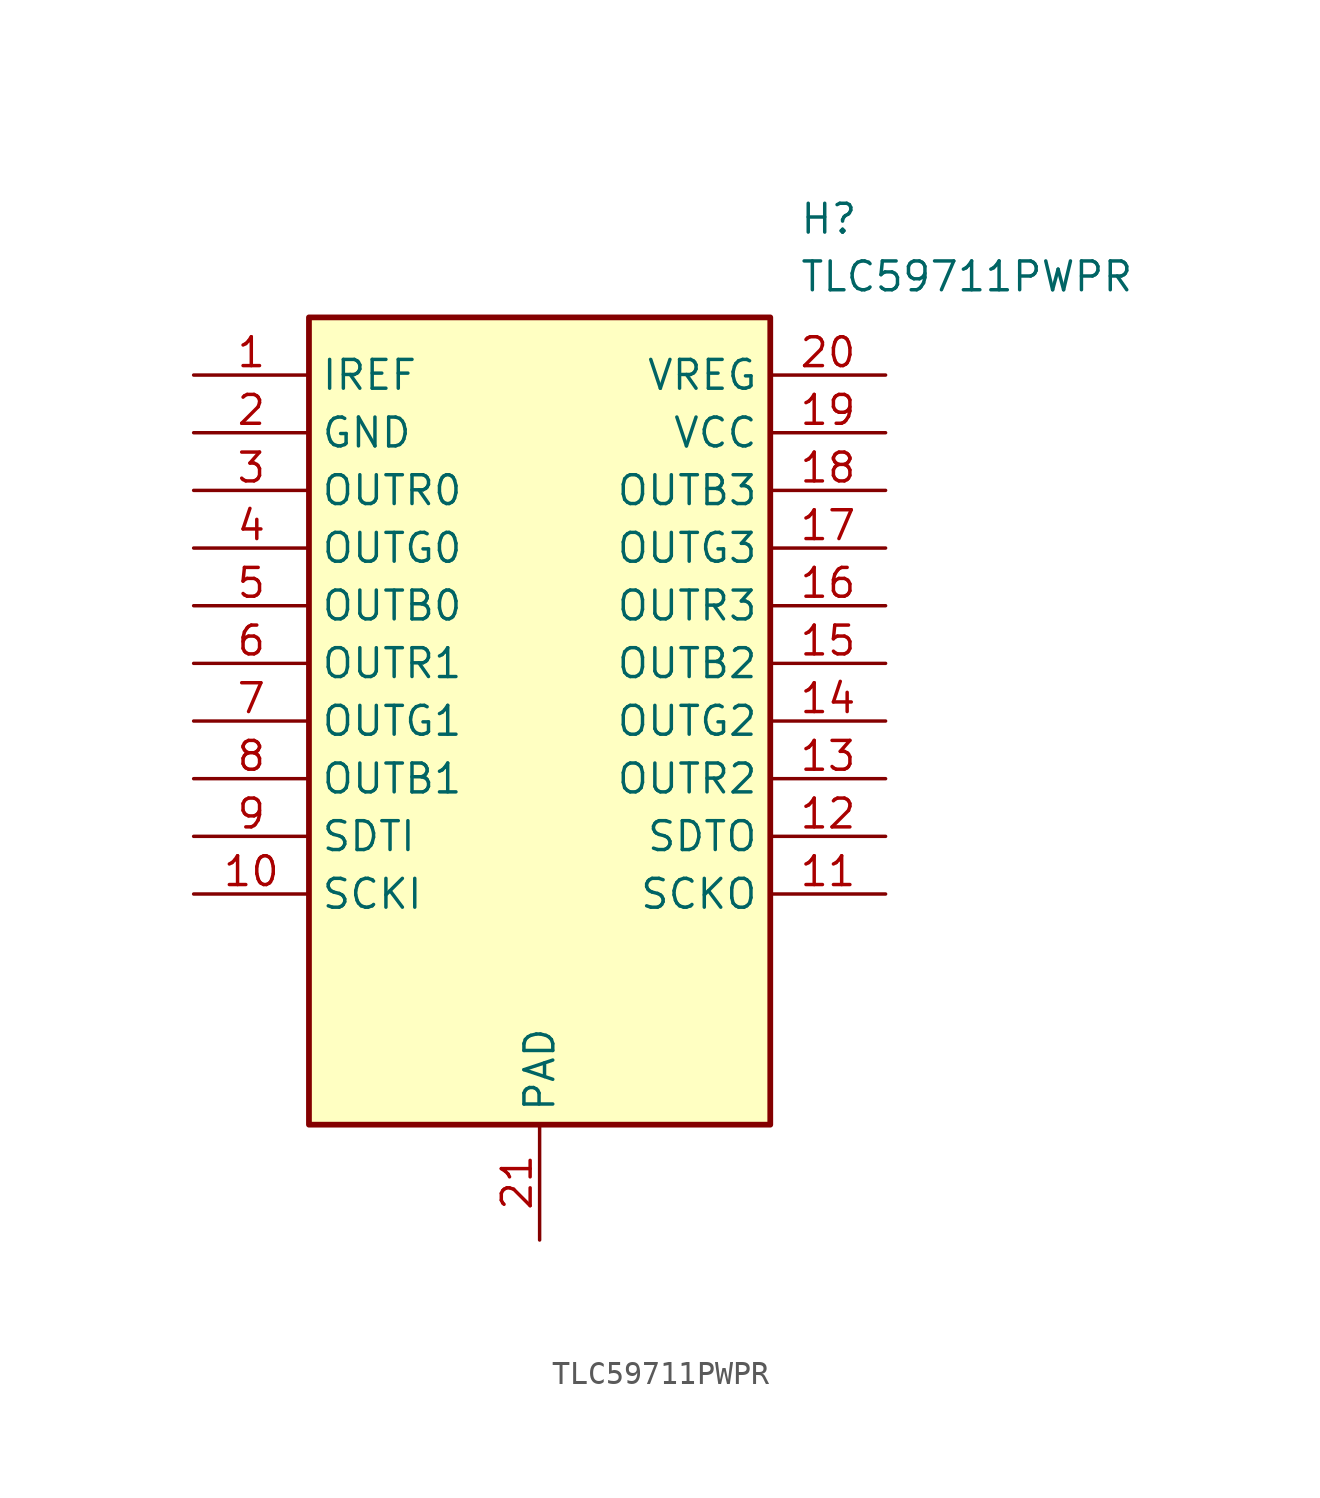
<source format=kicad_sym>
(kicad_symbol_lib
  (version 20211014)
  (generator SamacSys_ECAD_Model)
  (symbol "TLC59711PWPR"
    (property "Reference" "H"
      (at 26.67 7.62 0)
      (effects (font (size 1.27 1.27)) (justify left top)))
    (property "Value" "TLC59711PWPR"
      (at 26.67 5.08 0)
      (effects (font (size 1.27 1.27)) (justify left top)))
    (rectangle
      (start 5.08 2.54)
      (end 25.4 -33.02)
      (stroke (width 0.254) (type default))
      (fill (type background)))
    (pin bidirectional line
      (at 0 0 0)
      (length 5.08)
      (name "IREF" (effects (font (size 1.27 1.27))))
      (number "1" (effects (font (size 1.27 1.27)))))
    (pin power_in line
      (at 0 -2.54 0)
      (length 5.08)
      (name "GND" (effects (font (size 1.27 1.27))))
      (number "2" (effects (font (size 1.27 1.27)))))
    (pin output line
      (at 0 -5.08 0)
      (length 5.08)
      (name "OUTR0" (effects (font (size 1.27 1.27))))
      (number "3" (effects (font (size 1.27 1.27)))))
    (pin output line
      (at 0 -7.62 0)
      (length 5.08)
      (name "OUTG0" (effects (font (size 1.27 1.27))))
      (number "4" (effects (font (size 1.27 1.27)))))
    (pin output line
      (at 0 -10.16 0)
      (length 5.08)
      (name "OUTB0" (effects (font (size 1.27 1.27))))
      (number "5" (effects (font (size 1.27 1.27)))))
    (pin output line
      (at 0 -12.7 0)
      (length 5.08)
      (name "OUTR1" (effects (font (size 1.27 1.27))))
      (number "6" (effects (font (size 1.27 1.27)))))
    (pin output line
      (at 0 -15.24 0)
      (length 5.08)
      (name "OUTG1" (effects (font (size 1.27 1.27))))
      (number "7" (effects (font (size 1.27 1.27)))))
    (pin output line
      (at 0 -17.78 0)
      (length 5.08)
      (name "OUTB1" (effects (font (size 1.27 1.27))))
      (number "8" (effects (font (size 1.27 1.27)))))
    (pin input line
      (at 0 -20.32 0)
      (length 5.08)
      (name "SDTI" (effects (font (size 1.27 1.27))))
      (number "9" (effects (font (size 1.27 1.27)))))
    (pin input line
      (at 0 -22.86 0)
      (length 5.08)
      (name "SCKI" (effects (font (size 1.27 1.27))))
      (number "10" (effects (font (size 1.27 1.27)))))
    (pin output line
      (at 15.24 -38.1 90)
      (length 5.08)
      (name "PAD" (effects (font (size 1.27 1.27))))
      (number "21" (effects (font (size 1.27 1.27)))))
    (pin bidirectional line
      (at 30.48 0 180)
      (length 5.08)
      (name "VREG" (effects (font (size 1.27 1.27))))
      (number "20" (effects (font (size 1.27 1.27)))))
    (pin power_in line
      (at 30.48 -2.54 180)
      (length 5.08)
      (name "VCC" (effects (font (size 1.27 1.27))))
      (number "19" (effects (font (size 1.27 1.27)))))
    (pin output line
      (at 30.48 -5.08 180)
      (length 5.08)
      (name "OUTB3" (effects (font (size 1.27 1.27))))
      (number "18" (effects (font (size 1.27 1.27)))))
    (pin output line
      (at 30.48 -7.62 180)
      (length 5.08)
      (name "OUTG3" (effects (font (size 1.27 1.27))))
      (number "17" (effects (font (size 1.27 1.27)))))
    (pin output line
      (at 30.48 -10.16 180)
      (length 5.08)
      (name "OUTR3" (effects (font (size 1.27 1.27))))
      (number "16" (effects (font (size 1.27 1.27)))))
    (pin output line
      (at 30.48 -12.7 180)
      (length 5.08)
      (name "OUTB2" (effects (font (size 1.27 1.27))))
      (number "15" (effects (font (size 1.27 1.27)))))
    (pin output line
      (at 30.48 -15.24 180)
      (length 5.08)
      (name "OUTG2" (effects (font (size 1.27 1.27))))
      (number "14" (effects (font (size 1.27 1.27)))))
    (pin output line
      (at 30.48 -17.78 180)
      (length 5.08)
      (name "OUTR2" (effects (font (size 1.27 1.27))))
      (number "13" (effects (font (size 1.27 1.27)))))
    (pin output line
      (at 30.48 -20.32 180)
      (length 5.08)
      (name "SDTO" (effects (font (size 1.27 1.27))))
      (number "12" (effects (font (size 1.27 1.27)))))
    (pin output line
      (at 30.48 -22.86 180)
      (length 5.08)
      (name "SCKO" (effects (font (size 1.27 1.27))))
      (number "11" (effects (font (size 1.27 1.27)))))))
</source>
